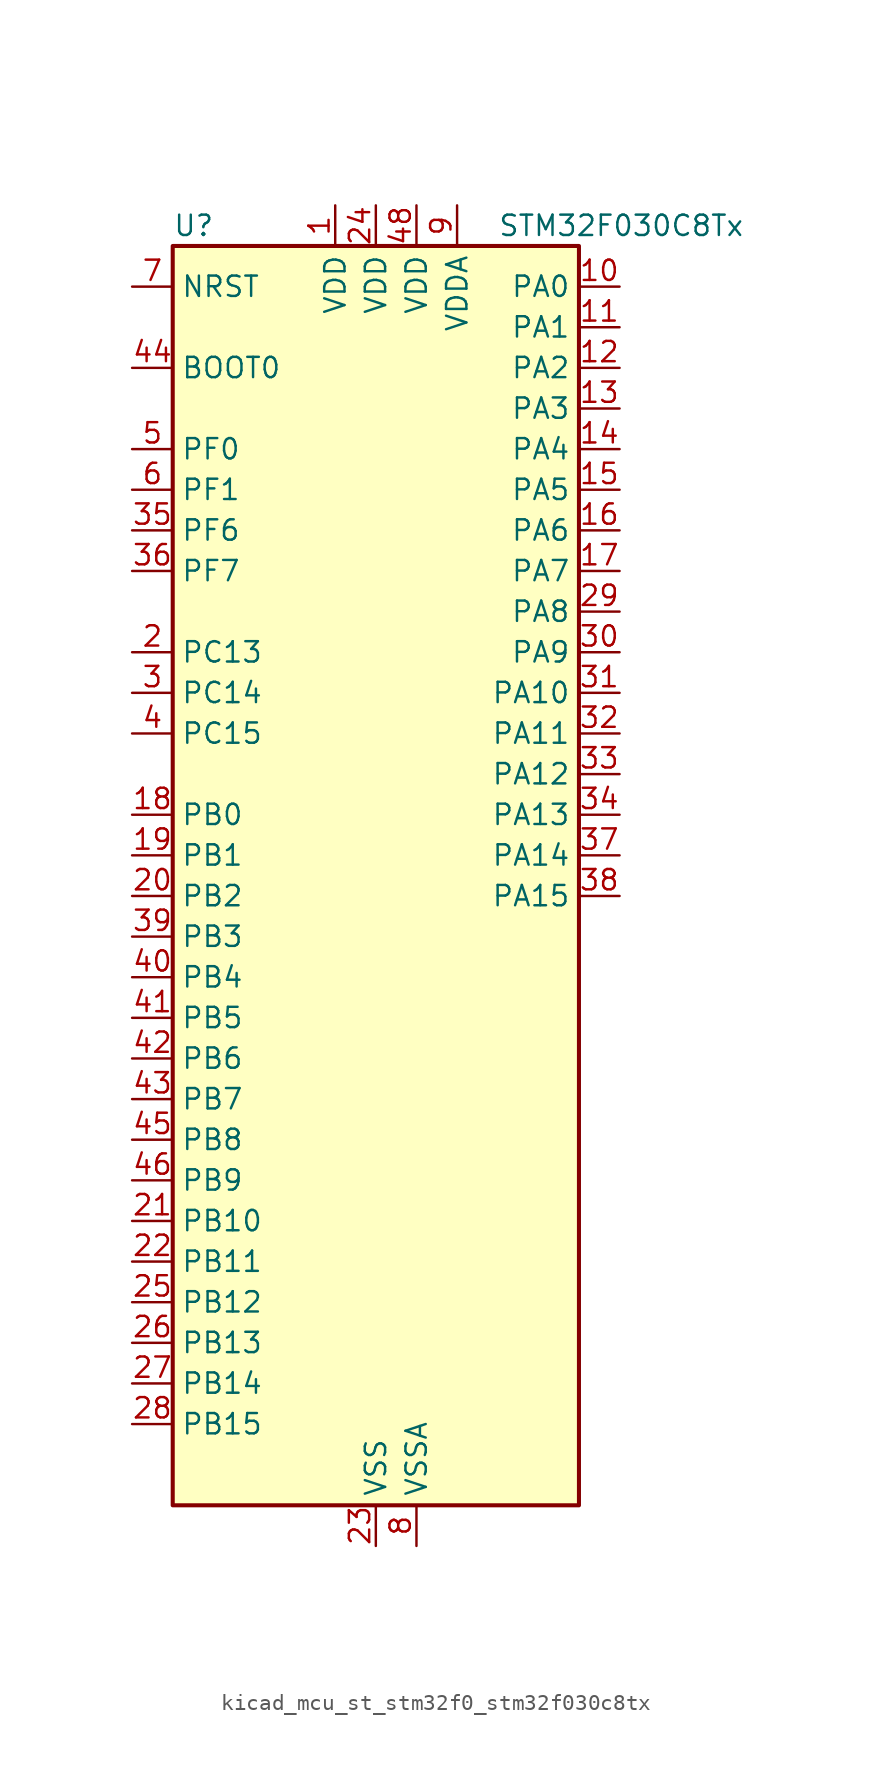
<source format=kicad_sym>
(kicad_symbol_lib
  (version 20220914)
  (generator kicad_symbol_editor)
  (symbol "kicad_mcu_st_stm32f0_stm32f030c8tx"
    (property "Reference" "U"
      (at -12.7 41.91 0)
      (effects (font (size 1.27 1.27)) (justify left)))
    (property "Value" "STM32F030C8Tx"
      (at 7.62 41.91 0)
      (effects (font (size 1.27 1.27)) (justify left)))
    (property "ki_locked" ""
      (at 0 0 0)
      (effects (font (size 1.27 1.27))))
    (symbol "kicad_mcu_st_stm32f0_stm32f030c8tx_0_1"
      (rectangle (start -12.7 -38.1) (end 12.7 40.64) (stroke (width 0.254) (type default)) (fill (type background))))
    (symbol "kicad_mcu_st_stm32f0_stm32f030c8tx_1_1"
      (pin power_in line (at -2.54 43.18 270) (length 2.54) (name "VDD" (effects (font (size 1.27 1.27)))) (number "1" (effects (font (size 1.27 1.27)))))
      (pin bidirectional line (at 15.24 38.1 180) (length 2.54) (name "PA0" (effects (font (size 1.27 1.27)))) (number "10" (effects (font (size 1.27 1.27)))) (alternate "ADC_IN0" bidirectional line) (alternate "RTC_TAMP2" bidirectional line) (alternate "SYS_WKUP1" bidirectional line) (alternate "USART2_CTS" bidirectional line))
      (pin bidirectional line (at 15.24 35.56 180) (length 2.54) (name "PA1" (effects (font (size 1.27 1.27)))) (number "11" (effects (font (size 1.27 1.27)))) (alternate "ADC_IN1" bidirectional line) (alternate "USART2_DE" bidirectional line) (alternate "USART2_RTS" bidirectional line))
      (pin bidirectional line (at 15.24 33.02 180) (length 2.54) (name "PA2" (effects (font (size 1.27 1.27)))) (number "12" (effects (font (size 1.27 1.27)))) (alternate "ADC_IN2" bidirectional line) (alternate "TIM15_CH1" bidirectional line) (alternate "USART2_TX" bidirectional line))
      (pin bidirectional line (at 15.24 30.48 180) (length 2.54) (name "PA3" (effects (font (size 1.27 1.27)))) (number "13" (effects (font (size 1.27 1.27)))) (alternate "ADC_IN3" bidirectional line) (alternate "TIM15_CH2" bidirectional line) (alternate "USART2_RX" bidirectional line))
      (pin bidirectional line (at 15.24 27.94 180) (length 2.54) (name "PA4" (effects (font (size 1.27 1.27)))) (number "14" (effects (font (size 1.27 1.27)))) (alternate "ADC_IN4" bidirectional line) (alternate "SPI1_NSS" bidirectional line) (alternate "TIM14_CH1" bidirectional line) (alternate "USART2_CK" bidirectional line))
      (pin bidirectional line (at 15.24 25.4 180) (length 2.54) (name "PA5" (effects (font (size 1.27 1.27)))) (number "15" (effects (font (size 1.27 1.27)))) (alternate "ADC_IN5" bidirectional line) (alternate "SPI1_SCK" bidirectional line))
      (pin bidirectional line (at 15.24 22.86 180) (length 2.54) (name "PA6" (effects (font (size 1.27 1.27)))) (number "16" (effects (font (size 1.27 1.27)))) (alternate "ADC_IN6" bidirectional line) (alternate "SPI1_MISO" bidirectional line) (alternate "TIM16_CH1" bidirectional line) (alternate "TIM1_BKIN" bidirectional line) (alternate "TIM3_CH1" bidirectional line))
      (pin bidirectional line (at 15.24 20.32 180) (length 2.54) (name "PA7" (effects (font (size 1.27 1.27)))) (number "17" (effects (font (size 1.27 1.27)))) (alternate "ADC_IN7" bidirectional line) (alternate "SPI1_MOSI" bidirectional line) (alternate "TIM14_CH1" bidirectional line) (alternate "TIM17_CH1" bidirectional line) (alternate "TIM1_CH1N" bidirectional line) (alternate "TIM3_CH2" bidirectional line))
      (pin bidirectional line (at -15.24 5.08 0) (length 2.54) (name "PB0" (effects (font (size 1.27 1.27)))) (number "18" (effects (font (size 1.27 1.27)))) (alternate "ADC_IN8" bidirectional line) (alternate "TIM1_CH2N" bidirectional line) (alternate "TIM3_CH3" bidirectional line))
      (pin bidirectional line (at -15.24 2.54 0) (length 2.54) (name "PB1" (effects (font (size 1.27 1.27)))) (number "19" (effects (font (size 1.27 1.27)))) (alternate "ADC_IN9" bidirectional line) (alternate "TIM14_CH1" bidirectional line) (alternate "TIM1_CH3N" bidirectional line) (alternate "TIM3_CH4" bidirectional line))
      (pin bidirectional line (at -15.24 15.24 0) (length 2.54) (name "PC13" (effects (font (size 1.27 1.27)))) (number "2" (effects (font (size 1.27 1.27)))) (alternate "RTC_OUT_ALARM" bidirectional line) (alternate "RTC_OUT_CALIB" bidirectional line) (alternate "RTC_TAMP1" bidirectional line) (alternate "RTC_TS" bidirectional line) (alternate "SYS_WKUP2" bidirectional line))
      (pin bidirectional line (at -15.24 0 0) (length 2.54) (name "PB2" (effects (font (size 1.27 1.27)))) (number "20" (effects (font (size 1.27 1.27)))))
      (pin bidirectional line (at -15.24 -20.32 0) (length 2.54) (name "PB10" (effects (font (size 1.27 1.27)))) (number "21" (effects (font (size 1.27 1.27)))) (alternate "I2C2_SCL" bidirectional line))
      (pin bidirectional line (at -15.24 -22.86 0) (length 2.54) (name "PB11" (effects (font (size 1.27 1.27)))) (number "22" (effects (font (size 1.27 1.27)))) (alternate "I2C2_SDA" bidirectional line))
      (pin power_in line (at 0 -40.64 90) (length 2.54) (name "VSS" (effects (font (size 1.27 1.27)))) (number "23" (effects (font (size 1.27 1.27)))))
      (pin power_in line (at 0 43.18 270) (length 2.54) (name "VDD" (effects (font (size 1.27 1.27)))) (number "24" (effects (font (size 1.27 1.27)))))
      (pin bidirectional line (at -15.24 -25.4 0) (length 2.54) (name "PB12" (effects (font (size 1.27 1.27)))) (number "25" (effects (font (size 1.27 1.27)))) (alternate "SPI2_NSS" bidirectional line) (alternate "TIM1_BKIN" bidirectional line))
      (pin bidirectional line (at -15.24 -27.94 0) (length 2.54) (name "PB13" (effects (font (size 1.27 1.27)))) (number "26" (effects (font (size 1.27 1.27)))) (alternate "SPI2_SCK" bidirectional line) (alternate "TIM1_CH1N" bidirectional line))
      (pin bidirectional line (at -15.24 -30.48 0) (length 2.54) (name "PB14" (effects (font (size 1.27 1.27)))) (number "27" (effects (font (size 1.27 1.27)))) (alternate "SPI2_MISO" bidirectional line) (alternate "TIM15_CH1" bidirectional line) (alternate "TIM1_CH2N" bidirectional line))
      (pin bidirectional line (at -15.24 -33.02 0) (length 2.54) (name "PB15" (effects (font (size 1.27 1.27)))) (number "28" (effects (font (size 1.27 1.27)))) (alternate "RTC_REFIN" bidirectional line) (alternate "SPI2_MOSI" bidirectional line) (alternate "TIM15_CH1N" bidirectional line) (alternate "TIM15_CH2" bidirectional line) (alternate "TIM1_CH3N" bidirectional line))
      (pin bidirectional line (at 15.24 17.78 180) (length 2.54) (name "PA8" (effects (font (size 1.27 1.27)))) (number "29" (effects (font (size 1.27 1.27)))) (alternate "RCC_MCO" bidirectional line) (alternate "TIM1_CH1" bidirectional line) (alternate "USART1_CK" bidirectional line))
      (pin bidirectional line (at -15.24 12.7 0) (length 2.54) (name "PC14" (effects (font (size 1.27 1.27)))) (number "3" (effects (font (size 1.27 1.27)))) (alternate "RCC_OSC32_IN" bidirectional line))
      (pin bidirectional line (at 15.24 15.24 180) (length 2.54) (name "PA9" (effects (font (size 1.27 1.27)))) (number "30" (effects (font (size 1.27 1.27)))) (alternate "TIM15_BKIN" bidirectional line) (alternate "TIM1_CH2" bidirectional line) (alternate "USART1_TX" bidirectional line))
      (pin bidirectional line (at 15.24 12.7 180) (length 2.54) (name "PA10" (effects (font (size 1.27 1.27)))) (number "31" (effects (font (size 1.27 1.27)))) (alternate "TIM17_BKIN" bidirectional line) (alternate "TIM1_CH3" bidirectional line) (alternate "USART1_RX" bidirectional line))
      (pin bidirectional line (at 15.24 10.16 180) (length 2.54) (name "PA11" (effects (font (size 1.27 1.27)))) (number "32" (effects (font (size 1.27 1.27)))) (alternate "TIM1_CH4" bidirectional line) (alternate "USART1_CTS" bidirectional line))
      (pin bidirectional line (at 15.24 7.62 180) (length 2.54) (name "PA12" (effects (font (size 1.27 1.27)))) (number "33" (effects (font (size 1.27 1.27)))) (alternate "TIM1_ETR" bidirectional line) (alternate "USART1_DE" bidirectional line) (alternate "USART1_RTS" bidirectional line))
      (pin bidirectional line (at 15.24 5.08 180) (length 2.54) (name "PA13" (effects (font (size 1.27 1.27)))) (number "34" (effects (font (size 1.27 1.27)))) (alternate "IR_OUT" bidirectional line) (alternate "SYS_SWDIO" bidirectional line))
      (pin bidirectional line (at -15.24 22.86 0) (length 2.54) (name "PF6" (effects (font (size 1.27 1.27)))) (number "35" (effects (font (size 1.27 1.27)))) (alternate "I2C2_SCL" bidirectional line))
      (pin bidirectional line (at -15.24 20.32 0) (length 2.54) (name "PF7" (effects (font (size 1.27 1.27)))) (number "36" (effects (font (size 1.27 1.27)))) (alternate "I2C2_SDA" bidirectional line))
      (pin bidirectional line (at 15.24 2.54 180) (length 2.54) (name "PA14" (effects (font (size 1.27 1.27)))) (number "37" (effects (font (size 1.27 1.27)))) (alternate "SYS_SWCLK" bidirectional line) (alternate "USART2_TX" bidirectional line))
      (pin bidirectional line (at 15.24 0 180) (length 2.54) (name "PA15" (effects (font (size 1.27 1.27)))) (number "38" (effects (font (size 1.27 1.27)))) (alternate "SPI1_NSS" bidirectional line) (alternate "USART2_RX" bidirectional line))
      (pin bidirectional line (at -15.24 -2.54 0) (length 2.54) (name "PB3" (effects (font (size 1.27 1.27)))) (number "39" (effects (font (size 1.27 1.27)))) (alternate "SPI1_SCK" bidirectional line))
      (pin bidirectional line (at -15.24 10.16 0) (length 2.54) (name "PC15" (effects (font (size 1.27 1.27)))) (number "4" (effects (font (size 1.27 1.27)))) (alternate "RCC_OSC32_OUT" bidirectional line))
      (pin bidirectional line (at -15.24 -5.08 0) (length 2.54) (name "PB4" (effects (font (size 1.27 1.27)))) (number "40" (effects (font (size 1.27 1.27)))) (alternate "SPI1_MISO" bidirectional line) (alternate "TIM3_CH1" bidirectional line))
      (pin bidirectional line (at -15.24 -7.62 0) (length 2.54) (name "PB5" (effects (font (size 1.27 1.27)))) (number "41" (effects (font (size 1.27 1.27)))) (alternate "I2C1_SMBA" bidirectional line) (alternate "SPI1_MOSI" bidirectional line) (alternate "TIM16_BKIN" bidirectional line) (alternate "TIM3_CH2" bidirectional line))
      (pin bidirectional line (at -15.24 -10.16 0) (length 2.54) (name "PB6" (effects (font (size 1.27 1.27)))) (number "42" (effects (font (size 1.27 1.27)))) (alternate "I2C1_SCL" bidirectional line) (alternate "TIM16_CH1N" bidirectional line) (alternate "USART1_TX" bidirectional line))
      (pin bidirectional line (at -15.24 -12.7 0) (length 2.54) (name "PB7" (effects (font (size 1.27 1.27)))) (number "43" (effects (font (size 1.27 1.27)))) (alternate "I2C1_SDA" bidirectional line) (alternate "TIM17_CH1N" bidirectional line) (alternate "USART1_RX" bidirectional line))
      (pin input line (at -15.24 33.02 0) (length 2.54) (name "BOOT0" (effects (font (size 1.27 1.27)))) (number "44" (effects (font (size 1.27 1.27)))))
      (pin bidirectional line (at -15.24 -15.24 0) (length 2.54) (name "PB8" (effects (font (size 1.27 1.27)))) (number "45" (effects (font (size 1.27 1.27)))) (alternate "I2C1_SCL" bidirectional line) (alternate "TIM16_CH1" bidirectional line))
      (pin bidirectional line (at -15.24 -17.78 0) (length 2.54) (name "PB9" (effects (font (size 1.27 1.27)))) (number "46" (effects (font (size 1.27 1.27)))) (alternate "I2C1_SDA" bidirectional line) (alternate "IR_OUT" bidirectional line) (alternate "TIM17_CH1" bidirectional line))
      (pin passive line (at 0 -40.64 90) (length 2.54) hide (name "VSS" (effects (font (size 1.27 1.27)))) (number "47" (effects (font (size 1.27 1.27)))))
      (pin power_in line (at 2.54 43.18 270) (length 2.54) (name "VDD" (effects (font (size 1.27 1.27)))) (number "48" (effects (font (size 1.27 1.27)))))
      (pin bidirectional line (at -15.24 27.94 0) (length 2.54) (name "PF0" (effects (font (size 1.27 1.27)))) (number "5" (effects (font (size 1.27 1.27)))) (alternate "RCC_OSC_IN" bidirectional line))
      (pin bidirectional line (at -15.24 25.4 0) (length 2.54) (name "PF1" (effects (font (size 1.27 1.27)))) (number "6" (effects (font (size 1.27 1.27)))) (alternate "RCC_OSC_OUT" bidirectional line))
      (pin input line (at -15.24 38.1 0) (length 2.54) (name "NRST" (effects (font (size 1.27 1.27)))) (number "7" (effects (font (size 1.27 1.27)))))
      (pin power_in line (at 2.54 -40.64 90) (length 2.54) (name "VSSA" (effects (font (size 1.27 1.27)))) (number "8" (effects (font (size 1.27 1.27)))))
      (pin power_in line (at 5.08 43.18 270) (length 2.54) (name "VDDA" (effects (font (size 1.27 1.27)))) (number "9" (effects (font (size 1.27 1.27))))))))
</source>
